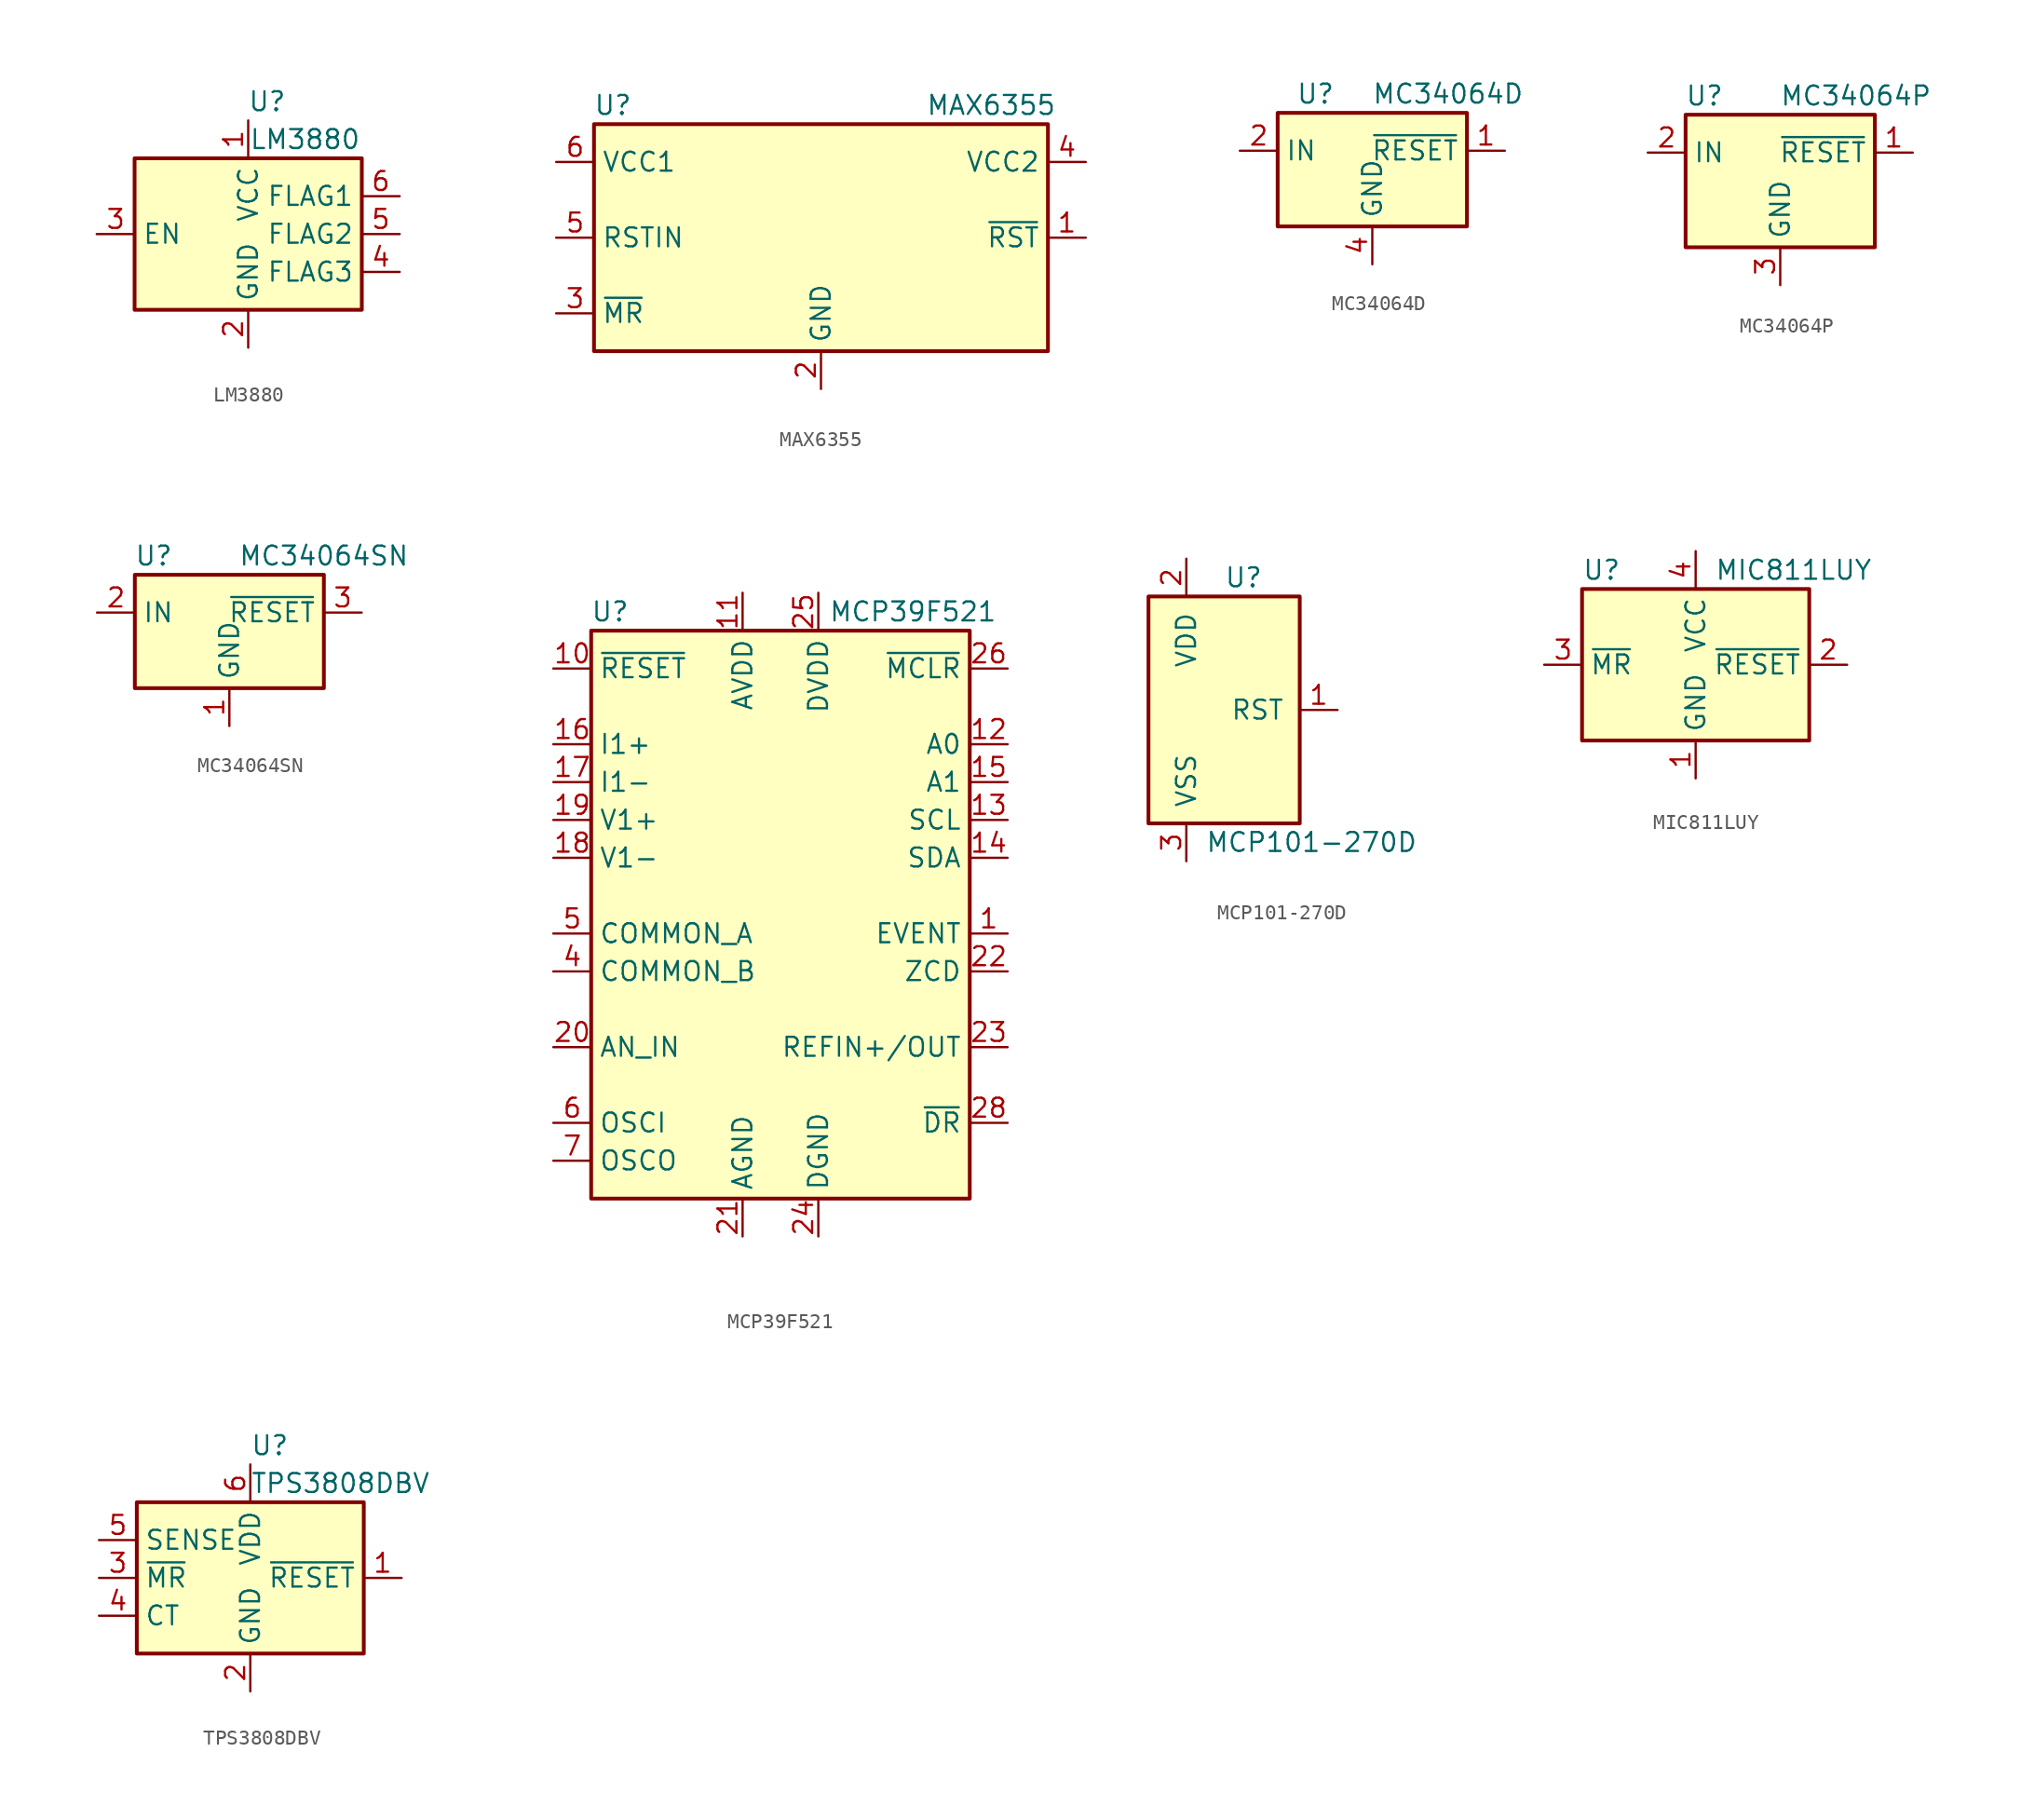
<source format=kicad_sym>
(kicad_symbol_lib
  (version 20201005)
  (generator kicad_symbol_editor)
  (symbol "LM3880"
    (property "Reference" "U"
      (at 1.27 8.89 0)
      (effects (font (size 1.27 1.27))))
    (property "Value" "LM3880"
      (at 3.81 6.35 0)
      (effects (font (size 1.27 1.27))))
    (symbol "LM3880_0_1"
      (rectangle (start -7.62 5.08) (end 7.62 -5.08) (stroke (width 0.254)) (fill (type background))))
    (symbol "LM3880_1_1"
      (pin power_in line (at 0 7.62 270) (length 2.54) (name "VCC" (effects (font (size 1.27 1.27)))) (number "1" (effects (font (size 1.27 1.27)))))
      (pin power_in line (at 0 -7.62 90) (length 2.54) (name "GND" (effects (font (size 1.27 1.27)))) (number "2" (effects (font (size 1.27 1.27)))))
      (pin input line (at -10.16 0 0) (length 2.54) (name "EN" (effects (font (size 1.27 1.27)))) (number "3" (effects (font (size 1.27 1.27)))))
      (pin open_collector line (at 10.16 -2.54 180) (length 2.54) (name "FLAG3" (effects (font (size 1.27 1.27)))) (number "4" (effects (font (size 1.27 1.27)))))
      (pin open_collector line (at 10.16 0 180) (length 2.54) (name "FLAG2" (effects (font (size 1.27 1.27)))) (number "5" (effects (font (size 1.27 1.27)))))
      (pin open_collector line (at 10.16 2.54 180) (length 2.54) (name "FLAG1" (effects (font (size 1.27 1.27)))) (number "6" (effects (font (size 1.27 1.27)))))))
  (symbol "MAX6355"
    (property "Reference" "U"
      (at -13.97 8.89 0)
      (effects (font (size 1.27 1.27))))
    (property "Value" "MAX6355"
      (at 11.43 8.89 0)
      (effects (font (size 1.27 1.27))))
    (symbol "MAX6355_0_1"
      (rectangle (start -15.24 7.62) (end 15.24 -7.62) (stroke (width 0.254)) (fill (type background))))
    (symbol "MAX6355_1_1"
      (pin open_collector line (at 17.78 0 180) (length 2.54) (name "~RST" (effects (font (size 1.27 1.27)))) (number "1" (effects (font (size 1.27 1.27)))))
      (pin power_in line (at 0 -10.16 90) (length 2.54) (name "GND" (effects (font (size 1.27 1.27)))) (number "2" (effects (font (size 1.27 1.27)))))
      (pin input line (at -17.78 -5.08 0) (length 2.54) (name "~MR" (effects (font (size 1.27 1.27)))) (number "3" (effects (font (size 1.27 1.27)))))
      (pin power_in line (at 17.78 5.08 180) (length 2.54) (name "VCC2" (effects (font (size 1.27 1.27)))) (number "4" (effects (font (size 1.27 1.27)))))
      (pin input line (at -17.78 0 0) (length 2.54) (name "RSTIN" (effects (font (size 1.27 1.27)))) (number "5" (effects (font (size 1.27 1.27)))))
      (pin power_in line (at -17.78 5.08 0) (length 2.54) (name "VCC1" (effects (font (size 1.27 1.27)))) (number "6" (effects (font (size 1.27 1.27)))))))
  (symbol "MC34064D"
    (property "Reference" "U"
      (at -3.81 5.08 0)
      (effects (font (size 1.27 1.27))))
    (property "Value" "MC34064D"
      (at 5.08 5.08 0)
      (effects (font (size 1.27 1.27))))
    (symbol "MC34064D_0_1"
      (rectangle (start -6.35 -3.81) (end 6.35 3.81) (stroke (width 0.254)) (fill (type background))))
    (symbol "MC34064D_1_1"
      (pin open_collector line (at 8.89 1.27 180) (length 2.54) (name "~RESET" (effects (font (size 1.27 1.27)))) (number "1" (effects (font (size 1.27 1.27)))))
      (pin input line (at -8.89 1.27 0) (length 2.54) (name "IN" (effects (font (size 1.27 1.27)))) (number "2" (effects (font (size 1.27 1.27)))))
      (pin no_connect line (at 6.35 -2.54 180) (length 2.54) hide (name "NC" (effects (font (size 1.27 1.27)))) (number "3" (effects (font (size 1.27 1.27)))))
      (pin power_in line (at 0 -6.35 90) (length 2.54) (name "GND" (effects (font (size 1.27 1.27)))) (number "4" (effects (font (size 1.27 1.27)))))
      (pin no_connect line (at 0 3.81 270) (length 2.54) hide (name "NC" (effects (font (size 1.27 1.27)))) (number "5" (effects (font (size 1.27 1.27)))))
      (pin no_connect line (at 2.54 3.81 270) (length 2.54) hide (name "NC" (effects (font (size 1.27 1.27)))) (number "6" (effects (font (size 1.27 1.27)))))
      (pin no_connect line (at -6.35 -2.54 0) (length 2.54) hide (name "NC" (effects (font (size 1.27 1.27)))) (number "7" (effects (font (size 1.27 1.27)))))
      (pin no_connect line (at -2.54 3.81 270) (length 2.54) hide (name "NC" (effects (font (size 1.27 1.27)))) (number "8" (effects (font (size 1.27 1.27)))))))
  (symbol "MC34064P"
    (property "Reference" "U"
      (at -5.08 5.08 0)
      (effects (font (size 1.27 1.27))))
    (property "Value" "MC34064P"
      (at 5.08 5.08 0)
      (effects (font (size 1.27 1.27))))
    (symbol "MC34064P_0_1"
      (rectangle (start -6.35 -5.08) (end 6.35 3.81) (stroke (width 0.254)) (fill (type background))))
    (symbol "MC34064P_1_1"
      (pin open_collector line (at 8.89 1.27 180) (length 2.54) (name "~RESET" (effects (font (size 1.27 1.27)))) (number "1" (effects (font (size 1.27 1.27)))))
      (pin input line (at -8.89 1.27 0) (length 2.54) (name "IN" (effects (font (size 1.27 1.27)))) (number "2" (effects (font (size 1.27 1.27)))))
      (pin input line (at 0 -7.62 90) (length 2.54) (name "GND" (effects (font (size 1.27 1.27)))) (number "3" (effects (font (size 1.27 1.27)))))))
  (symbol "MC34064SN"
    (property "Reference" "U"
      (at -5.08 5.08 0)
      (effects (font (size 1.27 1.27))))
    (property "Value" "MC34064SN"
      (at 6.35 5.08 0)
      (effects (font (size 1.27 1.27))))
    (symbol "MC34064SN_0_1"
      (rectangle (start -6.35 -3.81) (end 6.35 3.81) (stroke (width 0.254)) (fill (type background))))
    (symbol "MC34064SN_1_1"
      (pin power_in line (at 0 -6.35 90) (length 2.54) (name "GND" (effects (font (size 1.27 1.27)))) (number "1" (effects (font (size 1.27 1.27)))))
      (pin input line (at -8.89 1.27 0) (length 2.54) (name "IN" (effects (font (size 1.27 1.27)))) (number "2" (effects (font (size 1.27 1.27)))))
      (pin open_collector line (at 8.89 1.27 180) (length 2.54) (name "~RESET" (effects (font (size 1.27 1.27)))) (number "3" (effects (font (size 1.27 1.27)))))
      (pin no_connect line (at -2.54 3.81 270) (length 2.54) hide (name "NC" (effects (font (size 1.27 1.27)))) (number "4" (effects (font (size 1.27 1.27)))))
      (pin no_connect line (at 2.54 3.81 270) (length 2.54) hide (name "NC" (effects (font (size 1.27 1.27)))) (number "5" (effects (font (size 1.27 1.27)))))))
  (symbol "MCP39F521"
    (property "Reference" "U"
      (at -11.43 19.05 0)
      (effects (font (size 1.27 1.27))))
    (property "Value" "MCP39F521"
      (at 8.89 19.05 0)
      (effects (font (size 1.27 1.27))))
    (symbol "MCP39F521_0_1"
      (rectangle (start -12.7 17.78) (end 12.7 -20.32) (stroke (width 0.254)) (fill (type background))))
    (symbol "MCP39F521_1_1"
      (pin output line (at 15.24 -2.54 180) (length 2.54) (name "EVENT" (effects (font (size 1.27 1.27)))) (number "1" (effects (font (size 1.27 1.27)))))
      (pin input line (at -15.24 15.24 0) (length 2.54) (name "~RESET" (effects (font (size 1.27 1.27)))) (number "10" (effects (font (size 1.27 1.27)))))
      (pin power_in line (at -2.54 20.32 270) (length 2.54) (name "AVDD" (effects (font (size 1.27 1.27)))) (number "11" (effects (font (size 1.27 1.27)))))
      (pin input line (at 15.24 10.16 180) (length 2.54) (name "A0" (effects (font (size 1.27 1.27)))) (number "12" (effects (font (size 1.27 1.27)))))
      (pin input line (at 15.24 5.08 180) (length 2.54) (name "SCL" (effects (font (size 1.27 1.27)))) (number "13" (effects (font (size 1.27 1.27)))))
      (pin bidirectional line (at 15.24 2.54 180) (length 2.54) (name "SDA" (effects (font (size 1.27 1.27)))) (number "14" (effects (font (size 1.27 1.27)))))
      (pin input line (at 15.24 7.62 180) (length 2.54) (name "A1" (effects (font (size 1.27 1.27)))) (number "15" (effects (font (size 1.27 1.27)))))
      (pin input line (at -15.24 10.16 0) (length 2.54) (name "I1+" (effects (font (size 1.27 1.27)))) (number "16" (effects (font (size 1.27 1.27)))))
      (pin input line (at -15.24 7.62 0) (length 2.54) (name "I1-" (effects (font (size 1.27 1.27)))) (number "17" (effects (font (size 1.27 1.27)))))
      (pin input line (at -15.24 2.54 0) (length 2.54) (name "V1-" (effects (font (size 1.27 1.27)))) (number "18" (effects (font (size 1.27 1.27)))))
      (pin input line (at -15.24 5.08 0) (length 2.54) (name "V1+" (effects (font (size 1.27 1.27)))) (number "19" (effects (font (size 1.27 1.27)))))
      (pin no_connect line (at -12.7 12.7 0) (length 2.54) hide (name "NC" (effects (font (size 1.27 1.27)))) (number "2" (effects (font (size 1.27 1.27)))))
      (pin input line (at -15.24 -10.16 0) (length 2.54) (name "AN_IN" (effects (font (size 1.27 1.27)))) (number "20" (effects (font (size 1.27 1.27)))))
      (pin power_in line (at -2.54 -22.86 90) (length 2.54) (name "AGND" (effects (font (size 1.27 1.27)))) (number "21" (effects (font (size 1.27 1.27)))))
      (pin output line (at 15.24 -5.08 180) (length 2.54) (name "ZCD" (effects (font (size 1.27 1.27)))) (number "22" (effects (font (size 1.27 1.27)))))
      (pin bidirectional line (at 15.24 -10.16 180) (length 2.54) (name "REFIN+/OUT" (effects (font (size 1.27 1.27)))) (number "23" (effects (font (size 1.27 1.27)))))
      (pin power_in line (at 2.54 -22.86 90) (length 2.54) (name "DGND" (effects (font (size 1.27 1.27)))) (number "24" (effects (font (size 1.27 1.27)))))
      (pin power_in line (at 2.54 20.32 270) (length 2.54) (name "DVDD" (effects (font (size 1.27 1.27)))) (number "25" (effects (font (size 1.27 1.27)))))
      (pin input line (at 15.24 15.24 180) (length 2.54) (name "~MCLR" (effects (font (size 1.27 1.27)))) (number "26" (effects (font (size 1.27 1.27)))))
      (pin passive line (at 2.54 -22.86 90) (length 2.54) hide (name "DGND" (effects (font (size 1.27 1.27)))) (number "27" (effects (font (size 1.27 1.27)))))
      (pin output line (at 15.24 -15.24 180) (length 2.54) (name "~DR" (effects (font (size 1.27 1.27)))) (number "28" (effects (font (size 1.27 1.27)))))
      (pin passive line (at 2.54 -22.86 90) (length 2.54) hide (name "DGND" (effects (font (size 1.27 1.27)))) (number "29" (effects (font (size 1.27 1.27)))))
      (pin no_connect line (at -12.7 0 0) (length 2.54) hide (name "NC" (effects (font (size 1.27 1.27)))) (number "3" (effects (font (size 1.27 1.27)))))
      (pin passive line (at -15.24 -5.08 0) (length 2.54) (name "COMMON_B" (effects (font (size 1.27 1.27)))) (number "4" (effects (font (size 1.27 1.27)))))
      (pin passive line (at -15.24 -2.54 0) (length 2.54) (name "COMMON_A" (effects (font (size 1.27 1.27)))) (number "5" (effects (font (size 1.27 1.27)))))
      (pin input line (at -15.24 -15.24 0) (length 2.54) (name "OSCI" (effects (font (size 1.27 1.27)))) (number "6" (effects (font (size 1.27 1.27)))))
      (pin passive line (at -15.24 -17.78 0) (length 2.54) (name "OSCO" (effects (font (size 1.27 1.27)))) (number "7" (effects (font (size 1.27 1.27)))))
      (pin no_connect line (at 12.7 12.7 180) (length 2.54) hide (name "NC" (effects (font (size 1.27 1.27)))) (number "8" (effects (font (size 1.27 1.27)))))
      (pin no_connect line (at 12.7 0 180) (length 2.54) hide (name "NC" (effects (font (size 1.27 1.27)))) (number "9" (effects (font (size 1.27 1.27)))))))
  (symbol "MCP101-270D"
    (pin_names
      (offset 1.016))
    (property "Reference" "U"
      (at 0 8.89 0)
      (effects (font (size 1.27 1.27)) (justify left)))
    (property "Value" "MCP101-270D"
      (at -1.27 -8.89 0)
      (effects (font (size 1.27 1.27)) (justify left)))
    (symbol "MCP101-270D_1_1"
      (rectangle (start -5.08 7.62) (end 5.08 -7.62) (stroke (width 0.254)) (fill (type background)))
      (pin output line (at 7.62 0 180) (length 2.54) (name "RST" (effects (font (size 1.27 1.27)))) (number "1" (effects (font (size 1.27 1.27)))))
      (pin power_in line (at -2.54 10.16 270) (length 2.54) (name "VDD" (effects (font (size 1.27 1.27)))) (number "2" (effects (font (size 1.27 1.27)))))
      (pin power_in line (at -2.54 -10.16 90) (length 2.54) (name "VSS" (effects (font (size 1.27 1.27)))) (number "3" (effects (font (size 1.27 1.27)))))))
  (symbol "MIC811LUY"
    (property "Reference" "U"
      (at -7.62 6.35 0)
      (effects (font (size 1.27 1.27)) (justify left)))
    (property "Value" "MIC811LUY"
      (at 1.27 6.35 0)
      (effects (font (size 1.27 1.27)) (justify left)))
    (symbol "MIC811LUY_0_1"
      (rectangle (start -7.62 5.08) (end 7.62 -5.08) (stroke (width 0.254)) (fill (type background))))
    (symbol "MIC811LUY_1_1"
      (pin power_in line (at 0 -7.62 90) (length 2.54) (name "GND" (effects (font (size 1.27 1.27)))) (number "1" (effects (font (size 1.27 1.27)))))
      (pin output line (at 10.16 0 180) (length 2.54) (name "~RESET" (effects (font (size 1.27 1.27)))) (number "2" (effects (font (size 1.27 1.27)))))
      (pin input line (at -10.16 0 0) (length 2.54) (name "~MR" (effects (font (size 1.27 1.27)))) (number "3" (effects (font (size 1.27 1.27)))))
      (pin power_in line (at 0 7.62 270) (length 2.54) (name "VCC" (effects (font (size 1.27 1.27)))) (number "4" (effects (font (size 1.27 1.27)))))))
  (symbol "TPS3808DBV"
    (property "Reference" "U"
      (at 0 8.89 0)
      (effects (font (size 1.27 1.27)) (justify left)))
    (property "Value" "TPS3808DBV"
      (at 0 6.35 0)
      (effects (font (size 1.27 1.27)) (justify left)))
    (symbol "TPS3808DBV_0_1"
      (rectangle (start -7.62 5.08) (end 7.62 -5.08) (stroke (width 0.254)) (fill (type background))))
    (symbol "TPS3808DBV_1_1"
      (pin output line (at 10.16 0 180) (length 2.54) (name "~RESET" (effects (font (size 1.27 1.27)))) (number "1" (effects (font (size 1.27 1.27)))))
      (pin power_in line (at 0 -7.62 90) (length 2.54) (name "GND" (effects (font (size 1.27 1.27)))) (number "2" (effects (font (size 1.27 1.27)))))
      (pin input line (at -10.16 0 0) (length 2.54) (name "~MR" (effects (font (size 1.27 1.27)))) (number "3" (effects (font (size 1.27 1.27)))))
      (pin input line (at -10.16 -2.54 0) (length 2.54) (name "CT" (effects (font (size 1.27 1.27)))) (number "4" (effects (font (size 1.27 1.27)))))
      (pin input line (at -10.16 2.54 0) (length 2.54) (name "SENSE" (effects (font (size 1.27 1.27)))) (number "5" (effects (font (size 1.27 1.27)))))
      (pin power_in line (at 0 7.62 270) (length 2.54) (name "VDD" (effects (font (size 1.27 1.27)))) (number "6" (effects (font (size 1.27 1.27))))))))
</source>
